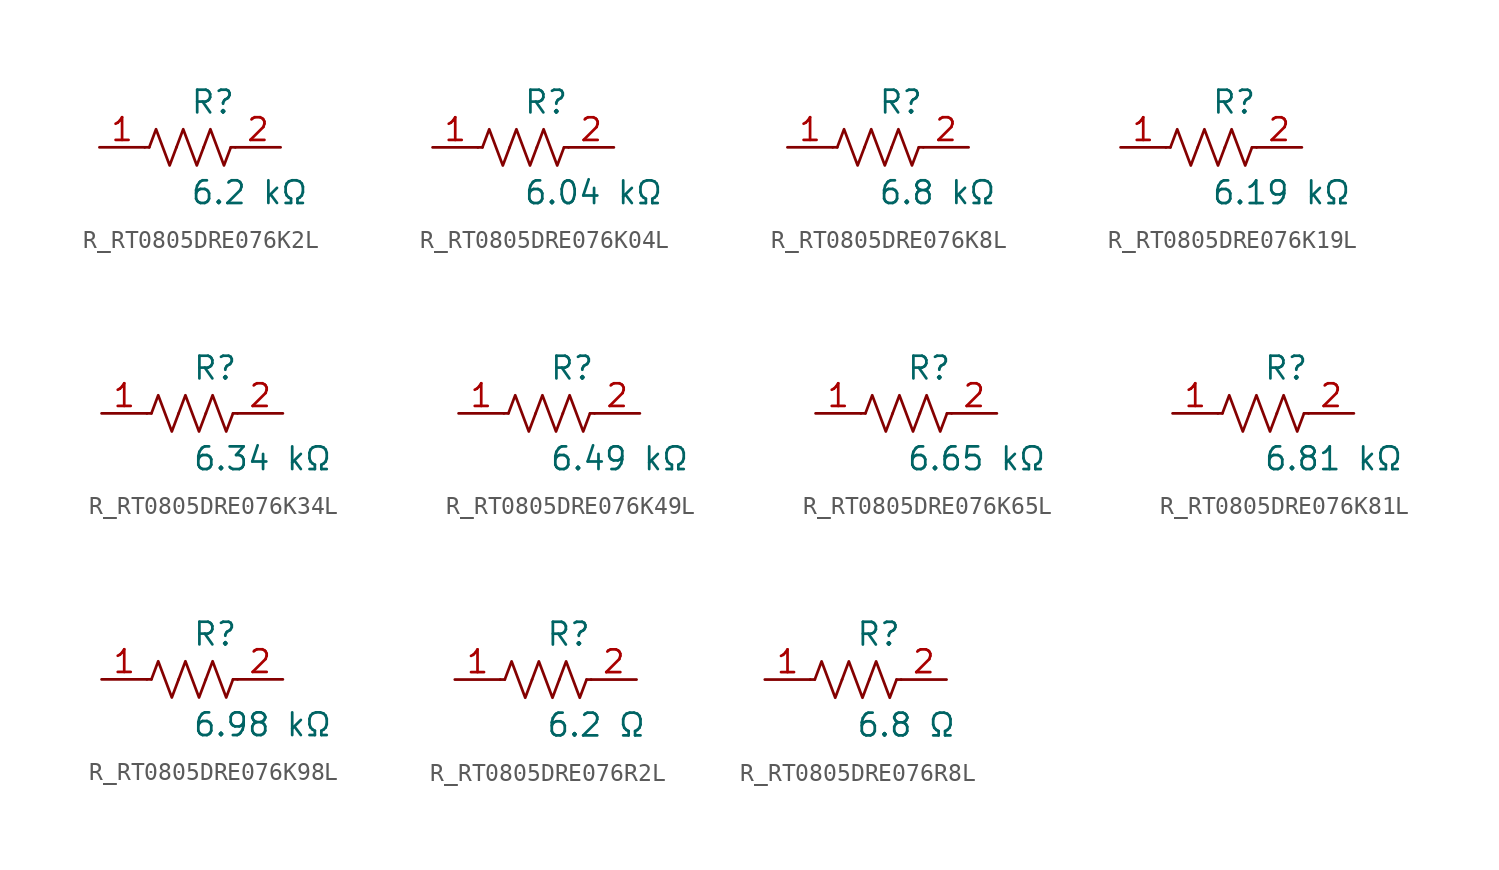
<source format=kicad_sym>
(kicad_symbol_lib
  (version 20231120)
  (generator kicad_symbol_editor)
  (generator_version 8.0)
  (symbol "R_RT0805DRE076K2L"
    (pin_names
      (offset 0.254))
    (property "Reference" "R"
      (at 0 2.54 0)
      (effects (font (size 1.27 1.27)) (justify left)))
    (property "Value" "6.2 kΩ"
      (at 0 -2.54 0)
      (effects (font (size 1.27 1.27)) (justify left)))
    (symbol "R_RT0805DRE076K2L_0_1"
      (polyline (pts (xy 2.286 0) (xy 2.54 0)) (stroke (width 0) (type default)) (fill (type none)))
      (polyline (pts (xy -2.286 0) (xy -2.54 0)) (stroke (width 0) (type default)) (fill (type none)))
      (polyline (pts (xy 0.762 0) (xy 1.143 1.016) (xy 1.524 0) (xy 1.905 -1.016) (xy 2.286 0)) (stroke (width 0) (type default)) (fill (type none)))
      (polyline (pts (xy -0.762 0) (xy -0.381 1.016) (xy 0 0) (xy 0.381 -1.016) (xy 0.762 0)) (stroke (width 0) (type default)) (fill (type none)))
      (polyline (pts (xy -2.286 0) (xy -1.905 1.016) (xy -1.524 0) (xy -1.143 -1.016) (xy -0.762 0)) (stroke (width 0) (type default)) (fill (type none))))
    (pin passive line
      (at -5.08 0 0)
      (length 2.54)
      (name "" (effects (font (size 1.27 1.27))))
      (number "1" (effects (font (size 1.27 1.27)))))
    (pin passive line
      (at 5.08 0 180)
      (length 2.54)
      (name "" (effects (font (size 1.27 1.27))))
      (number "2" (effects (font (size 1.27 1.27))))))
  (symbol "R_RT0805DRE076K04L"
    (pin_names
      (offset 0.254))
    (property "Reference" "R"
      (at 0 2.54 0)
      (effects (font (size 1.27 1.27)) (justify left)))
    (property "Value" "6.04 kΩ"
      (at 0 -2.54 0)
      (effects (font (size 1.27 1.27)) (justify left)))
    (symbol "R_RT0805DRE076K04L_0_1"
      (polyline (pts (xy 2.286 0) (xy 2.54 0)) (stroke (width 0) (type default)) (fill (type none)))
      (polyline (pts (xy -2.286 0) (xy -2.54 0)) (stroke (width 0) (type default)) (fill (type none)))
      (polyline (pts (xy 0.762 0) (xy 1.143 1.016) (xy 1.524 0) (xy 1.905 -1.016) (xy 2.286 0)) (stroke (width 0) (type default)) (fill (type none)))
      (polyline (pts (xy -0.762 0) (xy -0.381 1.016) (xy 0 0) (xy 0.381 -1.016) (xy 0.762 0)) (stroke (width 0) (type default)) (fill (type none)))
      (polyline (pts (xy -2.286 0) (xy -1.905 1.016) (xy -1.524 0) (xy -1.143 -1.016) (xy -0.762 0)) (stroke (width 0) (type default)) (fill (type none))))
    (pin passive line
      (at -5.08 0 0)
      (length 2.54)
      (name "" (effects (font (size 1.27 1.27))))
      (number "1" (effects (font (size 1.27 1.27)))))
    (pin passive line
      (at 5.08 0 180)
      (length 2.54)
      (name "" (effects (font (size 1.27 1.27))))
      (number "2" (effects (font (size 1.27 1.27))))))
  (symbol "R_RT0805DRE076K8L"
    (pin_names
      (offset 0.254))
    (property "Reference" "R"
      (at 0 2.54 0)
      (effects (font (size 1.27 1.27)) (justify left)))
    (property "Value" "6.8 kΩ"
      (at 0 -2.54 0)
      (effects (font (size 1.27 1.27)) (justify left)))
    (symbol "R_RT0805DRE076K8L_0_1"
      (polyline (pts (xy 2.286 0) (xy 2.54 0)) (stroke (width 0) (type default)) (fill (type none)))
      (polyline (pts (xy -2.286 0) (xy -2.54 0)) (stroke (width 0) (type default)) (fill (type none)))
      (polyline (pts (xy 0.762 0) (xy 1.143 1.016) (xy 1.524 0) (xy 1.905 -1.016) (xy 2.286 0)) (stroke (width 0) (type default)) (fill (type none)))
      (polyline (pts (xy -0.762 0) (xy -0.381 1.016) (xy 0 0) (xy 0.381 -1.016) (xy 0.762 0)) (stroke (width 0) (type default)) (fill (type none)))
      (polyline (pts (xy -2.286 0) (xy -1.905 1.016) (xy -1.524 0) (xy -1.143 -1.016) (xy -0.762 0)) (stroke (width 0) (type default)) (fill (type none))))
    (pin passive line
      (at -5.08 0 0)
      (length 2.54)
      (name "" (effects (font (size 1.27 1.27))))
      (number "1" (effects (font (size 1.27 1.27)))))
    (pin passive line
      (at 5.08 0 180)
      (length 2.54)
      (name "" (effects (font (size 1.27 1.27))))
      (number "2" (effects (font (size 1.27 1.27))))))
  (symbol "R_RT0805DRE076K19L"
    (pin_names
      (offset 0.254))
    (property "Reference" "R"
      (at 0 2.54 0)
      (effects (font (size 1.27 1.27)) (justify left)))
    (property "Value" "6.19 kΩ"
      (at 0 -2.54 0)
      (effects (font (size 1.27 1.27)) (justify left)))
    (symbol "R_RT0805DRE076K19L_0_1"
      (polyline (pts (xy 2.286 0) (xy 2.54 0)) (stroke (width 0) (type default)) (fill (type none)))
      (polyline (pts (xy -2.286 0) (xy -2.54 0)) (stroke (width 0) (type default)) (fill (type none)))
      (polyline (pts (xy 0.762 0) (xy 1.143 1.016) (xy 1.524 0) (xy 1.905 -1.016) (xy 2.286 0)) (stroke (width 0) (type default)) (fill (type none)))
      (polyline (pts (xy -0.762 0) (xy -0.381 1.016) (xy 0 0) (xy 0.381 -1.016) (xy 0.762 0)) (stroke (width 0) (type default)) (fill (type none)))
      (polyline (pts (xy -2.286 0) (xy -1.905 1.016) (xy -1.524 0) (xy -1.143 -1.016) (xy -0.762 0)) (stroke (width 0) (type default)) (fill (type none))))
    (pin passive line
      (at -5.08 0 0)
      (length 2.54)
      (name "" (effects (font (size 1.27 1.27))))
      (number "1" (effects (font (size 1.27 1.27)))))
    (pin passive line
      (at 5.08 0 180)
      (length 2.54)
      (name "" (effects (font (size 1.27 1.27))))
      (number "2" (effects (font (size 1.27 1.27))))))
  (symbol "R_RT0805DRE076K34L"
    (pin_names
      (offset 0.254))
    (property "Reference" "R"
      (at 0 2.54 0)
      (effects (font (size 1.27 1.27)) (justify left)))
    (property "Value" "6.34 kΩ"
      (at 0 -2.54 0)
      (effects (font (size 1.27 1.27)) (justify left)))
    (symbol "R_RT0805DRE076K34L_0_1"
      (polyline (pts (xy 2.286 0) (xy 2.54 0)) (stroke (width 0) (type default)) (fill (type none)))
      (polyline (pts (xy -2.286 0) (xy -2.54 0)) (stroke (width 0) (type default)) (fill (type none)))
      (polyline (pts (xy 0.762 0) (xy 1.143 1.016) (xy 1.524 0) (xy 1.905 -1.016) (xy 2.286 0)) (stroke (width 0) (type default)) (fill (type none)))
      (polyline (pts (xy -0.762 0) (xy -0.381 1.016) (xy 0 0) (xy 0.381 -1.016) (xy 0.762 0)) (stroke (width 0) (type default)) (fill (type none)))
      (polyline (pts (xy -2.286 0) (xy -1.905 1.016) (xy -1.524 0) (xy -1.143 -1.016) (xy -0.762 0)) (stroke (width 0) (type default)) (fill (type none))))
    (pin passive line
      (at -5.08 0 0)
      (length 2.54)
      (name "" (effects (font (size 1.27 1.27))))
      (number "1" (effects (font (size 1.27 1.27)))))
    (pin passive line
      (at 5.08 0 180)
      (length 2.54)
      (name "" (effects (font (size 1.27 1.27))))
      (number "2" (effects (font (size 1.27 1.27))))))
  (symbol "R_RT0805DRE076K49L"
    (pin_names
      (offset 0.254))
    (property "Reference" "R"
      (at 0 2.54 0)
      (effects (font (size 1.27 1.27)) (justify left)))
    (property "Value" "6.49 kΩ"
      (at 0 -2.54 0)
      (effects (font (size 1.27 1.27)) (justify left)))
    (symbol "R_RT0805DRE076K49L_0_1"
      (polyline (pts (xy 2.286 0) (xy 2.54 0)) (stroke (width 0) (type default)) (fill (type none)))
      (polyline (pts (xy -2.286 0) (xy -2.54 0)) (stroke (width 0) (type default)) (fill (type none)))
      (polyline (pts (xy 0.762 0) (xy 1.143 1.016) (xy 1.524 0) (xy 1.905 -1.016) (xy 2.286 0)) (stroke (width 0) (type default)) (fill (type none)))
      (polyline (pts (xy -0.762 0) (xy -0.381 1.016) (xy 0 0) (xy 0.381 -1.016) (xy 0.762 0)) (stroke (width 0) (type default)) (fill (type none)))
      (polyline (pts (xy -2.286 0) (xy -1.905 1.016) (xy -1.524 0) (xy -1.143 -1.016) (xy -0.762 0)) (stroke (width 0) (type default)) (fill (type none))))
    (pin passive line
      (at -5.08 0 0)
      (length 2.54)
      (name "" (effects (font (size 1.27 1.27))))
      (number "1" (effects (font (size 1.27 1.27)))))
    (pin passive line
      (at 5.08 0 180)
      (length 2.54)
      (name "" (effects (font (size 1.27 1.27))))
      (number "2" (effects (font (size 1.27 1.27))))))
  (symbol "R_RT0805DRE076K65L"
    (pin_names
      (offset 0.254))
    (property "Reference" "R"
      (at 0 2.54 0)
      (effects (font (size 1.27 1.27)) (justify left)))
    (property "Value" "6.65 kΩ"
      (at 0 -2.54 0)
      (effects (font (size 1.27 1.27)) (justify left)))
    (symbol "R_RT0805DRE076K65L_0_1"
      (polyline (pts (xy 2.286 0) (xy 2.54 0)) (stroke (width 0) (type default)) (fill (type none)))
      (polyline (pts (xy -2.286 0) (xy -2.54 0)) (stroke (width 0) (type default)) (fill (type none)))
      (polyline (pts (xy 0.762 0) (xy 1.143 1.016) (xy 1.524 0) (xy 1.905 -1.016) (xy 2.286 0)) (stroke (width 0) (type default)) (fill (type none)))
      (polyline (pts (xy -0.762 0) (xy -0.381 1.016) (xy 0 0) (xy 0.381 -1.016) (xy 0.762 0)) (stroke (width 0) (type default)) (fill (type none)))
      (polyline (pts (xy -2.286 0) (xy -1.905 1.016) (xy -1.524 0) (xy -1.143 -1.016) (xy -0.762 0)) (stroke (width 0) (type default)) (fill (type none))))
    (pin passive line
      (at -5.08 0 0)
      (length 2.54)
      (name "" (effects (font (size 1.27 1.27))))
      (number "1" (effects (font (size 1.27 1.27)))))
    (pin passive line
      (at 5.08 0 180)
      (length 2.54)
      (name "" (effects (font (size 1.27 1.27))))
      (number "2" (effects (font (size 1.27 1.27))))))
  (symbol "R_RT0805DRE076K81L"
    (pin_names
      (offset 0.254))
    (property "Reference" "R"
      (at 0 2.54 0)
      (effects (font (size 1.27 1.27)) (justify left)))
    (property "Value" "6.81 kΩ"
      (at 0 -2.54 0)
      (effects (font (size 1.27 1.27)) (justify left)))
    (symbol "R_RT0805DRE076K81L_0_1"
      (polyline (pts (xy 2.286 0) (xy 2.54 0)) (stroke (width 0) (type default)) (fill (type none)))
      (polyline (pts (xy -2.286 0) (xy -2.54 0)) (stroke (width 0) (type default)) (fill (type none)))
      (polyline (pts (xy 0.762 0) (xy 1.143 1.016) (xy 1.524 0) (xy 1.905 -1.016) (xy 2.286 0)) (stroke (width 0) (type default)) (fill (type none)))
      (polyline (pts (xy -0.762 0) (xy -0.381 1.016) (xy 0 0) (xy 0.381 -1.016) (xy 0.762 0)) (stroke (width 0) (type default)) (fill (type none)))
      (polyline (pts (xy -2.286 0) (xy -1.905 1.016) (xy -1.524 0) (xy -1.143 -1.016) (xy -0.762 0)) (stroke (width 0) (type default)) (fill (type none))))
    (pin passive line
      (at -5.08 0 0)
      (length 2.54)
      (name "" (effects (font (size 1.27 1.27))))
      (number "1" (effects (font (size 1.27 1.27)))))
    (pin passive line
      (at 5.08 0 180)
      (length 2.54)
      (name "" (effects (font (size 1.27 1.27))))
      (number "2" (effects (font (size 1.27 1.27))))))
  (symbol "R_RT0805DRE076K98L"
    (pin_names
      (offset 0.254))
    (property "Reference" "R"
      (at 0 2.54 0)
      (effects (font (size 1.27 1.27)) (justify left)))
    (property "Value" "6.98 kΩ"
      (at 0 -2.54 0)
      (effects (font (size 1.27 1.27)) (justify left)))
    (symbol "R_RT0805DRE076K98L_0_1"
      (polyline (pts (xy 2.286 0) (xy 2.54 0)) (stroke (width 0) (type default)) (fill (type none)))
      (polyline (pts (xy -2.286 0) (xy -2.54 0)) (stroke (width 0) (type default)) (fill (type none)))
      (polyline (pts (xy 0.762 0) (xy 1.143 1.016) (xy 1.524 0) (xy 1.905 -1.016) (xy 2.286 0)) (stroke (width 0) (type default)) (fill (type none)))
      (polyline (pts (xy -0.762 0) (xy -0.381 1.016) (xy 0 0) (xy 0.381 -1.016) (xy 0.762 0)) (stroke (width 0) (type default)) (fill (type none)))
      (polyline (pts (xy -2.286 0) (xy -1.905 1.016) (xy -1.524 0) (xy -1.143 -1.016) (xy -0.762 0)) (stroke (width 0) (type default)) (fill (type none))))
    (pin passive line
      (at -5.08 0 0)
      (length 2.54)
      (name "" (effects (font (size 1.27 1.27))))
      (number "1" (effects (font (size 1.27 1.27)))))
    (pin passive line
      (at 5.08 0 180)
      (length 2.54)
      (name "" (effects (font (size 1.27 1.27))))
      (number "2" (effects (font (size 1.27 1.27))))))
  (symbol "R_RT0805DRE076R2L"
    (pin_names
      (offset 0.254))
    (property "Reference" "R"
      (at 0 2.54 0)
      (effects (font (size 1.27 1.27)) (justify left)))
    (property "Value" "6.2 Ω"
      (at 0 -2.54 0)
      (effects (font (size 1.27 1.27)) (justify left)))
    (symbol "R_RT0805DRE076R2L_0_1"
      (polyline (pts (xy 2.286 0) (xy 2.54 0)) (stroke (width 0) (type default)) (fill (type none)))
      (polyline (pts (xy -2.286 0) (xy -2.54 0)) (stroke (width 0) (type default)) (fill (type none)))
      (polyline (pts (xy 0.762 0) (xy 1.143 1.016) (xy 1.524 0) (xy 1.905 -1.016) (xy 2.286 0)) (stroke (width 0) (type default)) (fill (type none)))
      (polyline (pts (xy -0.762 0) (xy -0.381 1.016) (xy 0 0) (xy 0.381 -1.016) (xy 0.762 0)) (stroke (width 0) (type default)) (fill (type none)))
      (polyline (pts (xy -2.286 0) (xy -1.905 1.016) (xy -1.524 0) (xy -1.143 -1.016) (xy -0.762 0)) (stroke (width 0) (type default)) (fill (type none))))
    (pin passive line
      (at -5.08 0 0)
      (length 2.54)
      (name "" (effects (font (size 1.27 1.27))))
      (number "1" (effects (font (size 1.27 1.27)))))
    (pin passive line
      (at 5.08 0 180)
      (length 2.54)
      (name "" (effects (font (size 1.27 1.27))))
      (number "2" (effects (font (size 1.27 1.27))))))
  (symbol "R_RT0805DRE076R8L"
    (pin_names
      (offset 0.254))
    (property "Reference" "R"
      (at 0 2.54 0)
      (effects (font (size 1.27 1.27)) (justify left)))
    (property "Value" "6.8 Ω"
      (at 0 -2.54 0)
      (effects (font (size 1.27 1.27)) (justify left)))
    (symbol "R_RT0805DRE076R8L_0_1"
      (polyline (pts (xy 2.286 0) (xy 2.54 0)) (stroke (width 0) (type default)) (fill (type none)))
      (polyline (pts (xy -2.286 0) (xy -2.54 0)) (stroke (width 0) (type default)) (fill (type none)))
      (polyline (pts (xy 0.762 0) (xy 1.143 1.016) (xy 1.524 0) (xy 1.905 -1.016) (xy 2.286 0)) (stroke (width 0) (type default)) (fill (type none)))
      (polyline (pts (xy -0.762 0) (xy -0.381 1.016) (xy 0 0) (xy 0.381 -1.016) (xy 0.762 0)) (stroke (width 0) (type default)) (fill (type none)))
      (polyline (pts (xy -2.286 0) (xy -1.905 1.016) (xy -1.524 0) (xy -1.143 -1.016) (xy -0.762 0)) (stroke (width 0) (type default)) (fill (type none))))
    (pin passive line
      (at -5.08 0 0)
      (length 2.54)
      (name "" (effects (font (size 1.27 1.27))))
      (number "1" (effects (font (size 1.27 1.27)))))
    (pin passive line
      (at 5.08 0 180)
      (length 2.54)
      (name "" (effects (font (size 1.27 1.27))))
      (number "2" (effects (font (size 1.27 1.27)))))))
</source>
